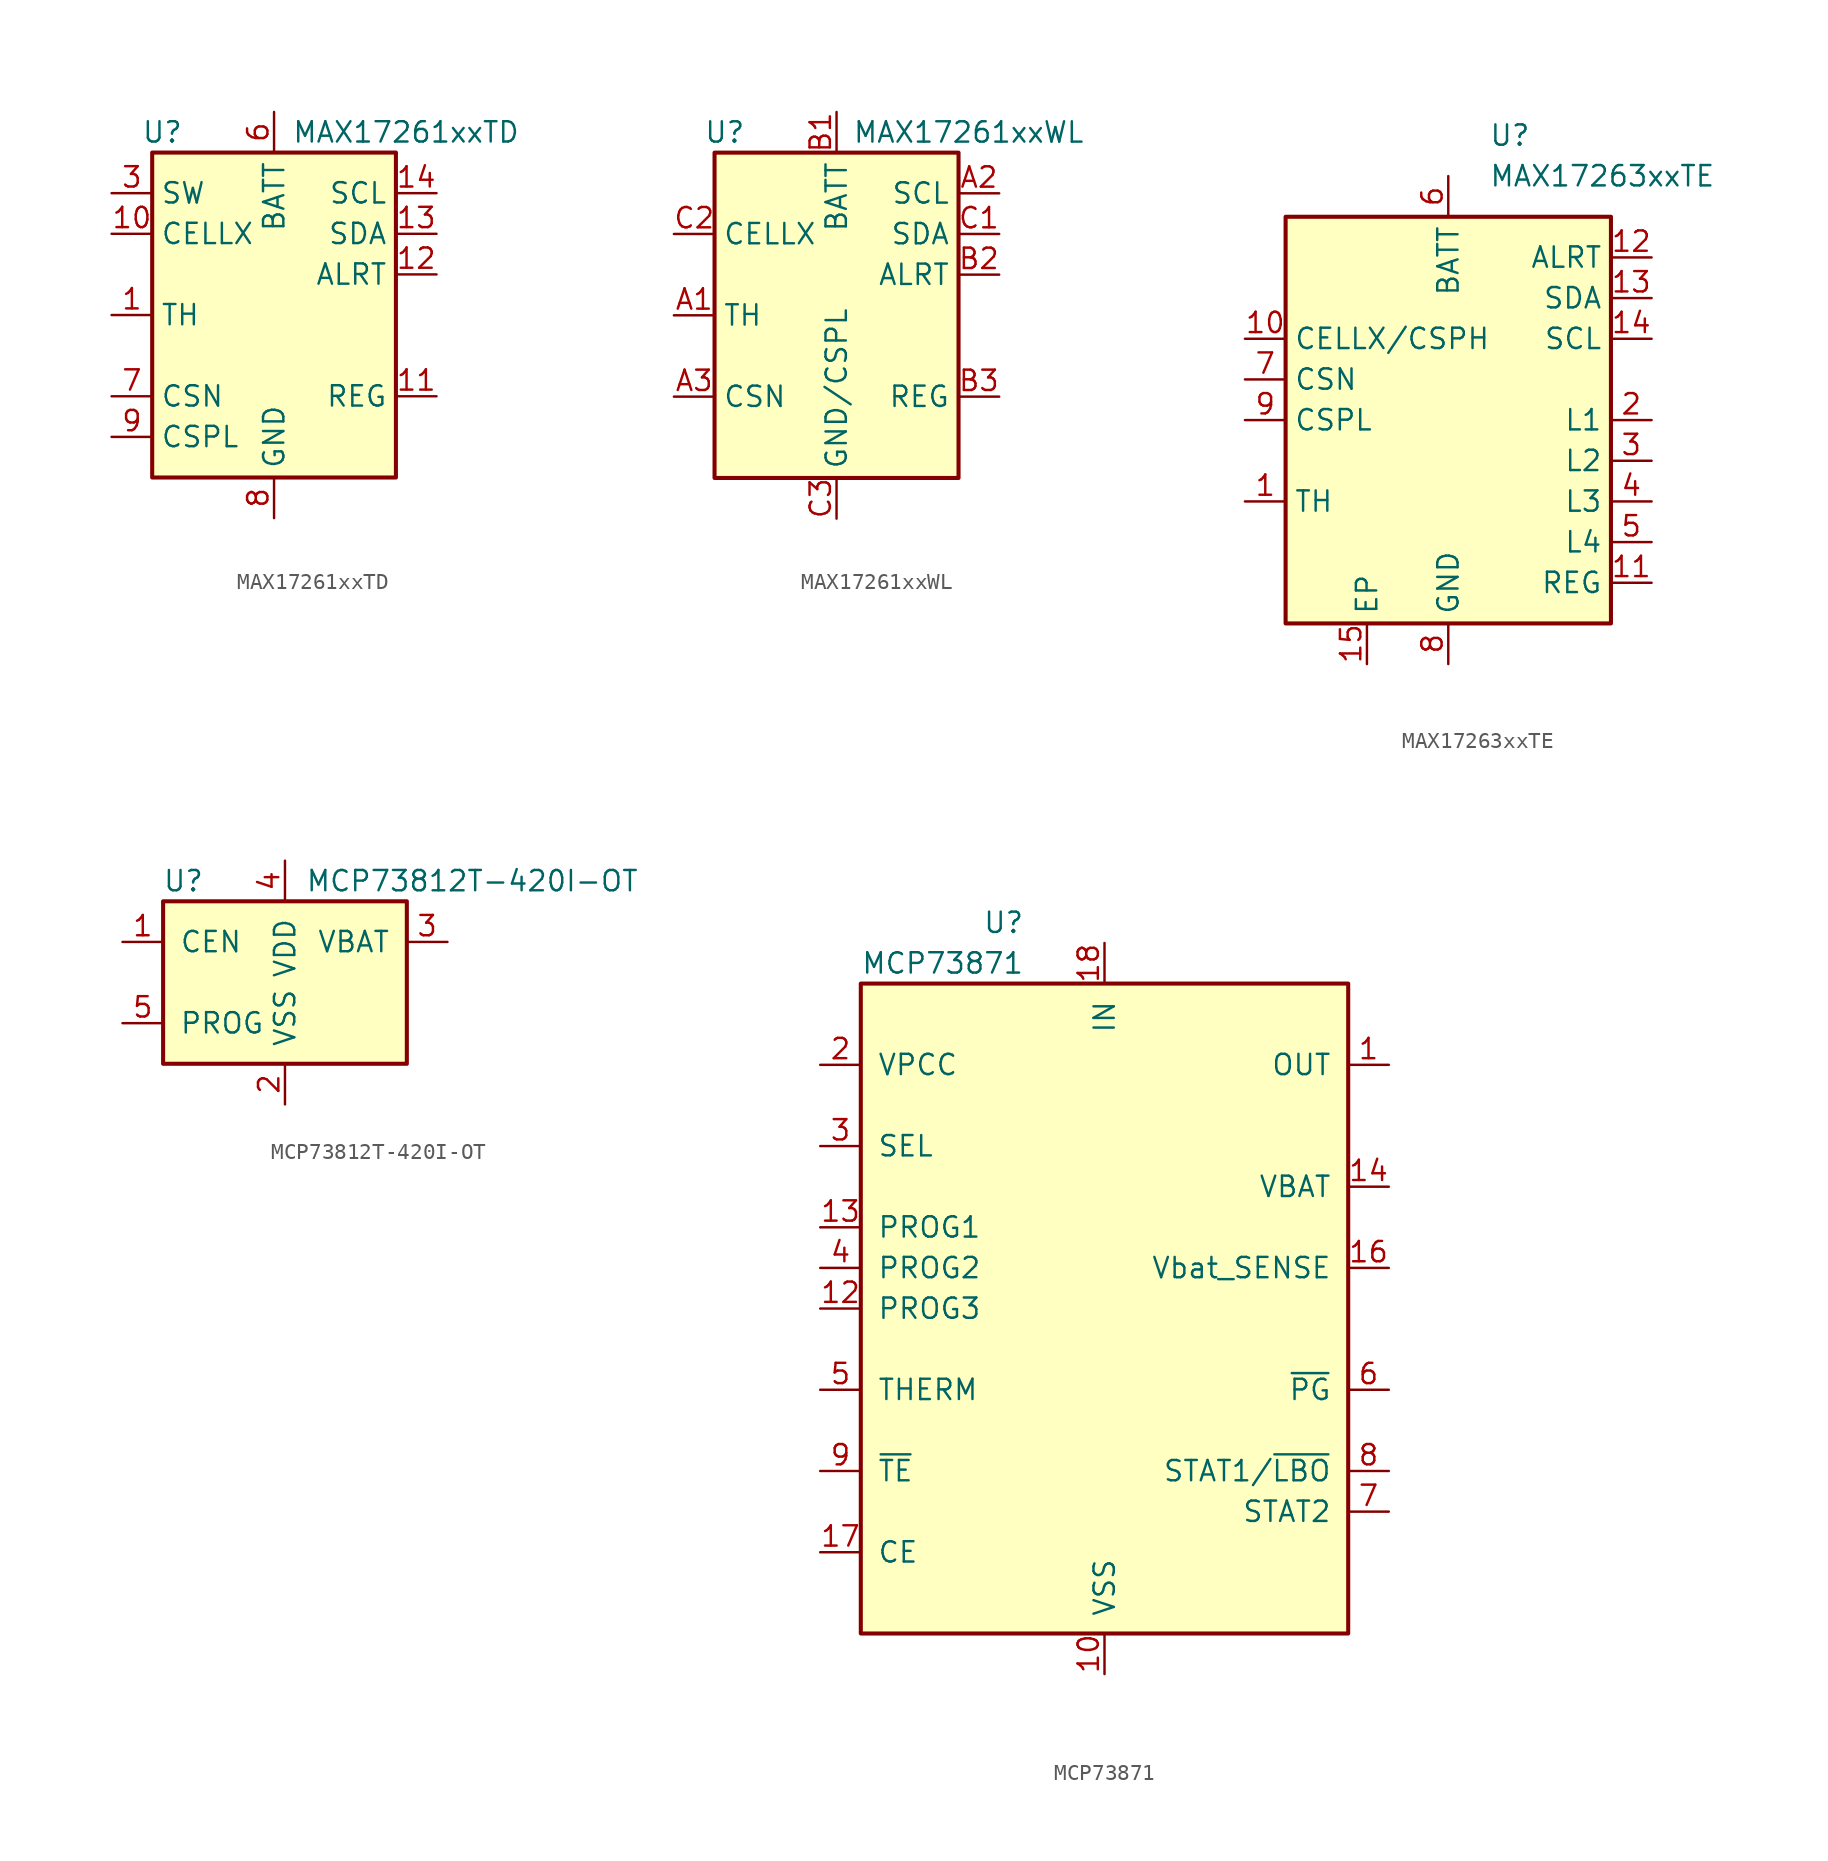
<source format=kicad_sym>
(kicad_symbol_lib
  (version 20211014)
  (generator kicad_symbol_editor)
  (symbol "MAX17261xxTD"
    (property "Reference" "U"
      (at -6.985 11.43 0)
      (effects (font (size 1.27 1.27))))
    (property "Value" "MAX17261xxTD"
      (at 8.255 11.43 0)
      (effects (font (size 1.27 1.27))))
    (symbol "MAX17261xxTD_0_1"
      (rectangle (start -7.62 10.16) (end 7.62 -10.16) (stroke (width 0.254) (type default) (color 0 0 0 0)) (fill (type background))))
    (symbol "MAX17261xxTD_1_1"
      (pin passive line (at -10.16 0 0) (length 2.54) (name "TH" (effects (font (size 1.27 1.27)))) (number "1" (effects (font (size 1.27 1.27)))))
      (pin input line (at -10.16 5.08 0) (length 2.54) (name "CELLX" (effects (font (size 1.27 1.27)))) (number "10" (effects (font (size 1.27 1.27)))))
      (pin power_out line (at 10.16 -5.08 180) (length 2.54) (name "REG" (effects (font (size 1.27 1.27)))) (number "11" (effects (font (size 1.27 1.27)))))
      (pin open_collector line (at 10.16 2.54 180) (length 2.54) (name "ALRT" (effects (font (size 1.27 1.27)))) (number "12" (effects (font (size 1.27 1.27)))))
      (pin bidirectional line (at 10.16 5.08 180) (length 2.54) (name "SDA" (effects (font (size 1.27 1.27)))) (number "13" (effects (font (size 1.27 1.27)))))
      (pin input line (at 10.16 7.62 180) (length 2.54) (name "SCL" (effects (font (size 1.27 1.27)))) (number "14" (effects (font (size 1.27 1.27)))))
      (pin passive line (at 0 -12.7 90) (length 2.54) hide (name "GND" (effects (font (size 1.27 1.27)))) (number "15" (effects (font (size 1.27 1.27)))))
      (pin no_connect line (at 2.54 -10.16 90) (length 2.54) hide (name "NC" (effects (font (size 1.27 1.27)))) (number "2" (effects (font (size 1.27 1.27)))))
      (pin output line (at -10.16 7.62 0) (length 2.54) (name "SW" (effects (font (size 1.27 1.27)))) (number "3" (effects (font (size 1.27 1.27)))))
      (pin no_connect line (at -2.54 -10.16 90) (length 2.54) hide (name "NC" (effects (font (size 1.27 1.27)))) (number "4" (effects (font (size 1.27 1.27)))))
      (pin no_connect line (at 5.08 -10.16 90) (length 2.54) hide (name "NC" (effects (font (size 1.27 1.27)))) (number "5" (effects (font (size 1.27 1.27)))))
      (pin power_in line (at 0 12.7 270) (length 2.54) (name "BATT" (effects (font (size 1.27 1.27)))) (number "6" (effects (font (size 1.27 1.27)))))
      (pin passive line (at -10.16 -5.08 0) (length 2.54) (name "CSN" (effects (font (size 1.27 1.27)))) (number "7" (effects (font (size 1.27 1.27)))))
      (pin power_in line (at 0 -12.7 90) (length 2.54) (name "GND" (effects (font (size 1.27 1.27)))) (number "8" (effects (font (size 1.27 1.27)))))
      (pin passive line (at -10.16 -7.62 0) (length 2.54) (name "CSPL" (effects (font (size 1.27 1.27)))) (number "9" (effects (font (size 1.27 1.27)))))))
  (symbol "MAX17261xxWL"
    (property "Reference" "U"
      (at -6.985 11.43 0)
      (effects (font (size 1.27 1.27))))
    (property "Value" "MAX17261xxWL"
      (at 8.255 11.43 0)
      (effects (font (size 1.27 1.27))))
    (symbol "MAX17261xxWL_0_1"
      (rectangle (start -7.62 10.16) (end 7.62 -10.16) (stroke (width 0.254) (type default) (color 0 0 0 0)) (fill (type background))))
    (symbol "MAX17261xxWL_1_1"
      (pin passive line (at -10.16 0 0) (length 2.54) (name "TH" (effects (font (size 1.27 1.27)))) (number "A1" (effects (font (size 1.27 1.27)))))
      (pin input line (at 10.16 7.62 180) (length 2.54) (name "SCL" (effects (font (size 1.27 1.27)))) (number "A2" (effects (font (size 1.27 1.27)))))
      (pin passive line (at -10.16 -5.08 0) (length 2.54) (name "CSN" (effects (font (size 1.27 1.27)))) (number "A3" (effects (font (size 1.27 1.27)))))
      (pin power_in line (at 0 12.7 270) (length 2.54) (name "BATT" (effects (font (size 1.27 1.27)))) (number "B1" (effects (font (size 1.27 1.27)))))
      (pin open_collector line (at 10.16 2.54 180) (length 2.54) (name "ALRT" (effects (font (size 1.27 1.27)))) (number "B2" (effects (font (size 1.27 1.27)))))
      (pin power_out line (at 10.16 -5.08 180) (length 2.54) (name "REG" (effects (font (size 1.27 1.27)))) (number "B3" (effects (font (size 1.27 1.27)))))
      (pin bidirectional line (at 10.16 5.08 180) (length 2.54) (name "SDA" (effects (font (size 1.27 1.27)))) (number "C1" (effects (font (size 1.27 1.27)))))
      (pin input line (at -10.16 5.08 0) (length 2.54) (name "CELLX" (effects (font (size 1.27 1.27)))) (number "C2" (effects (font (size 1.27 1.27)))))
      (pin power_in line (at 0 -12.7 90) (length 2.54) (name "GND/CSPL" (effects (font (size 1.27 1.27)))) (number "C3" (effects (font (size 1.27 1.27)))))))
  (symbol "MAX17263xxTE"
    (property "Reference" "U"
      (at 2.54 17.78 0)
      (effects (font (size 1.27 1.27)) (justify left)))
    (property "Value" "MAX17263xxTE"
      (at 2.54 15.24 0)
      (effects (font (size 1.27 1.27)) (justify left)))
    (symbol "MAX17263xxTE_0_1"
      (rectangle (start -10.16 12.7) (end 10.16 -12.7) (stroke (width 0.254) (type default) (color 0 0 0 0)) (fill (type background))))
    (symbol "MAX17263xxTE_1_1"
      (pin passive line (at -12.7 -5.08 0) (length 2.54) (name "TH" (effects (font (size 1.27 1.27)))) (number "1" (effects (font (size 1.27 1.27)))))
      (pin input line (at -12.7 5.08 0) (length 2.54) (name "CELLX/CSPH" (effects (font (size 1.27 1.27)))) (number "10" (effects (font (size 1.27 1.27)))))
      (pin power_out line (at 12.7 -10.16 180) (length 2.54) (name "REG" (effects (font (size 1.27 1.27)))) (number "11" (effects (font (size 1.27 1.27)))))
      (pin open_collector line (at 12.7 10.16 180) (length 2.54) (name "ALRT" (effects (font (size 1.27 1.27)))) (number "12" (effects (font (size 1.27 1.27)))))
      (pin bidirectional line (at 12.7 7.62 180) (length 2.54) (name "SDA" (effects (font (size 1.27 1.27)))) (number "13" (effects (font (size 1.27 1.27)))))
      (pin input line (at 12.7 5.08 180) (length 2.54) (name "SCL" (effects (font (size 1.27 1.27)))) (number "14" (effects (font (size 1.27 1.27)))))
      (pin passive line (at -5.08 -15.24 90) (length 2.54) (name "EP" (effects (font (size 1.27 1.27)))) (number "15" (effects (font (size 1.27 1.27)))))
      (pin bidirectional line (at 12.7 0 180) (length 2.54) (name "L1" (effects (font (size 1.27 1.27)))) (number "2" (effects (font (size 1.27 1.27)))))
      (pin output line (at 12.7 -2.54 180) (length 2.54) (name "L2" (effects (font (size 1.27 1.27)))) (number "3" (effects (font (size 1.27 1.27)))))
      (pin output line (at 12.7 -5.08 180) (length 2.54) (name "L3" (effects (font (size 1.27 1.27)))) (number "4" (effects (font (size 1.27 1.27)))))
      (pin output line (at 12.7 -7.62 180) (length 2.54) (name "L4" (effects (font (size 1.27 1.27)))) (number "5" (effects (font (size 1.27 1.27)))))
      (pin power_in line (at 0 15.24 270) (length 2.54) (name "BATT" (effects (font (size 1.27 1.27)))) (number "6" (effects (font (size 1.27 1.27)))))
      (pin input line (at -12.7 2.54 0) (length 2.54) (name "CSN" (effects (font (size 1.27 1.27)))) (number "7" (effects (font (size 1.27 1.27)))))
      (pin power_in line (at 0 -15.24 90) (length 2.54) (name "GND" (effects (font (size 1.27 1.27)))) (number "8" (effects (font (size 1.27 1.27)))))
      (pin input line (at -12.7 0 0) (length 2.54) (name "CSPL" (effects (font (size 1.27 1.27)))) (number "9" (effects (font (size 1.27 1.27)))))))
  (symbol "MCP73812T-420I-OT"
    (pin_names
      (offset 1.016))
    (property "Reference" "U"
      (at -6.35 6.35 0)
      (effects (font (size 1.27 1.27))))
    (property "Value" "MCP73812T-420I-OT"
      (at 1.27 6.35 0)
      (effects (font (size 1.27 1.27)) (justify left)))
    (symbol "MCP73812T-420I-OT_0_1"
      (rectangle (start -7.62 5.08) (end 7.62 -5.08) (stroke (width 0.254) (type default) (color 0 0 0 0)) (fill (type background))))
    (symbol "MCP73812T-420I-OT_1_1"
      (pin input line (at -10.16 2.54 0) (length 2.54) (name "CEN" (effects (font (size 1.27 1.27)))) (number "1" (effects (font (size 1.27 1.27)))))
      (pin power_in line (at 0 -7.62 90) (length 2.54) (name "VSS" (effects (font (size 1.27 1.27)))) (number "2" (effects (font (size 1.27 1.27)))))
      (pin power_out line (at 10.16 2.54 180) (length 2.54) (name "VBAT" (effects (font (size 1.27 1.27)))) (number "3" (effects (font (size 1.27 1.27)))))
      (pin power_in line (at 0 7.62 270) (length 2.54) (name "VDD" (effects (font (size 1.27 1.27)))) (number "4" (effects (font (size 1.27 1.27)))))
      (pin input line (at -10.16 -2.54 0) (length 2.54) (name "PROG" (effects (font (size 1.27 1.27)))) (number "5" (effects (font (size 1.27 1.27)))))))
  (symbol "MCP73871"
    (pin_names
      (offset 1.016))
    (property "Reference" "U"
      (at -7.62 24.13 0)
      (effects (font (size 1.27 1.27)) (justify left)))
    (property "Value" "MCP73871"
      (at -15.24 21.59 0)
      (effects (font (size 1.27 1.27)) (justify left)))
    (symbol "MCP73871_0_1"
      (rectangle (start -15.24 20.32) (end 15.24 -20.32) (stroke (width 0.254) (type default) (color 0 0 0 0)) (fill (type background))))
    (symbol "MCP73871_1_1"
      (pin power_out line (at 17.78 15.24 180) (length 2.54) (name "OUT" (effects (font (size 1.27 1.27)))) (number "1" (effects (font (size 1.27 1.27)))))
      (pin power_in line (at 0 -22.86 90) (length 2.54) (name "VSS" (effects (font (size 1.27 1.27)))) (number "10" (effects (font (size 1.27 1.27)))))
      (pin passive line (at 0 -22.86 90) (length 2.54) hide (name "VSS" (effects (font (size 1.27 1.27)))) (number "11" (effects (font (size 1.27 1.27)))))
      (pin bidirectional line (at -17.78 0 0) (length 2.54) (name "PROG3" (effects (font (size 1.27 1.27)))) (number "12" (effects (font (size 1.27 1.27)))))
      (pin bidirectional line (at -17.78 5.08 0) (length 2.54) (name "PROG1" (effects (font (size 1.27 1.27)))) (number "13" (effects (font (size 1.27 1.27)))))
      (pin power_out line (at 17.78 7.62 180) (length 2.54) (name "VBAT" (effects (font (size 1.27 1.27)))) (number "14" (effects (font (size 1.27 1.27)))))
      (pin passive line (at 17.78 7.62 180) (length 2.54) hide (name "VBAT" (effects (font (size 1.27 1.27)))) (number "15" (effects (font (size 1.27 1.27)))))
      (pin input line (at 17.78 2.54 180) (length 2.54) (name "Vbat_SENSE" (effects (font (size 1.27 1.27)))) (number "16" (effects (font (size 1.27 1.27)))))
      (pin input line (at -17.78 -15.24 0) (length 2.54) (name "CE" (effects (font (size 1.27 1.27)))) (number "17" (effects (font (size 1.27 1.27)))))
      (pin power_in line (at 0 22.86 270) (length 2.54) (name "IN" (effects (font (size 1.27 1.27)))) (number "18" (effects (font (size 1.27 1.27)))))
      (pin passive line (at 0 22.86 270) (length 2.54) hide (name "IN" (effects (font (size 1.27 1.27)))) (number "19" (effects (font (size 1.27 1.27)))))
      (pin input line (at -17.78 15.24 0) (length 2.54) (name "VPCC" (effects (font (size 1.27 1.27)))) (number "2" (effects (font (size 1.27 1.27)))))
      (pin passive line (at 17.78 15.24 180) (length 2.54) hide (name "OUT" (effects (font (size 1.27 1.27)))) (number "20" (effects (font (size 1.27 1.27)))))
      (pin passive line (at 0 -22.86 90) (length 2.54) hide (name "VSS" (effects (font (size 1.27 1.27)))) (number "21" (effects (font (size 1.27 1.27)))))
      (pin input line (at -17.78 10.16 0) (length 2.54) (name "SEL" (effects (font (size 1.27 1.27)))) (number "3" (effects (font (size 1.27 1.27)))))
      (pin input line (at -17.78 2.54 0) (length 2.54) (name "PROG2" (effects (font (size 1.27 1.27)))) (number "4" (effects (font (size 1.27 1.27)))))
      (pin bidirectional line (at -17.78 -5.08 0) (length 2.54) (name "THERM" (effects (font (size 1.27 1.27)))) (number "5" (effects (font (size 1.27 1.27)))))
      (pin open_collector line (at 17.78 -5.08 180) (length 2.54) (name "~{PG}" (effects (font (size 1.27 1.27)))) (number "6" (effects (font (size 1.27 1.27)))))
      (pin open_collector line (at 17.78 -12.7 180) (length 2.54) (name "STAT2" (effects (font (size 1.27 1.27)))) (number "7" (effects (font (size 1.27 1.27)))))
      (pin open_collector line (at 17.78 -10.16 180) (length 2.54) (name "STAT1/~{LBO}" (effects (font (size 1.27 1.27)))) (number "8" (effects (font (size 1.27 1.27)))))
      (pin input line (at -17.78 -10.16 0) (length 2.54) (name "~{TE}" (effects (font (size 1.27 1.27)))) (number "9" (effects (font (size 1.27 1.27))))))))
</source>
